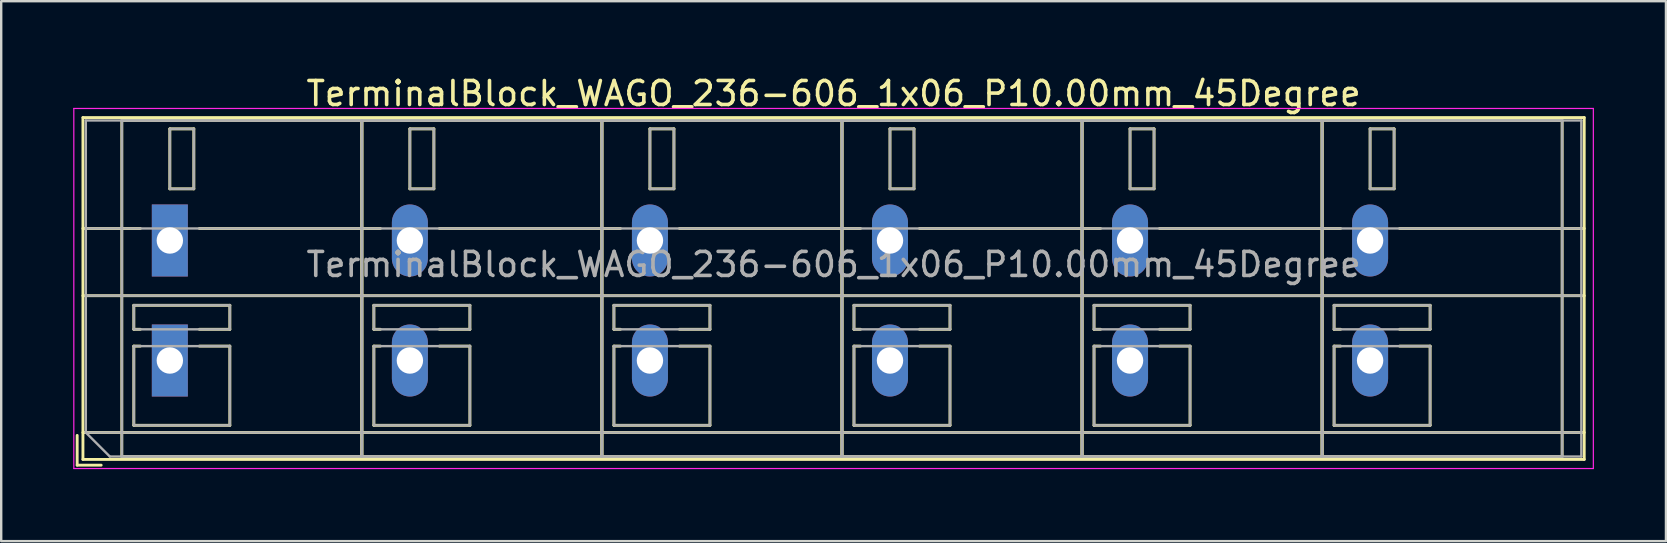
<source format=kicad_pcb>
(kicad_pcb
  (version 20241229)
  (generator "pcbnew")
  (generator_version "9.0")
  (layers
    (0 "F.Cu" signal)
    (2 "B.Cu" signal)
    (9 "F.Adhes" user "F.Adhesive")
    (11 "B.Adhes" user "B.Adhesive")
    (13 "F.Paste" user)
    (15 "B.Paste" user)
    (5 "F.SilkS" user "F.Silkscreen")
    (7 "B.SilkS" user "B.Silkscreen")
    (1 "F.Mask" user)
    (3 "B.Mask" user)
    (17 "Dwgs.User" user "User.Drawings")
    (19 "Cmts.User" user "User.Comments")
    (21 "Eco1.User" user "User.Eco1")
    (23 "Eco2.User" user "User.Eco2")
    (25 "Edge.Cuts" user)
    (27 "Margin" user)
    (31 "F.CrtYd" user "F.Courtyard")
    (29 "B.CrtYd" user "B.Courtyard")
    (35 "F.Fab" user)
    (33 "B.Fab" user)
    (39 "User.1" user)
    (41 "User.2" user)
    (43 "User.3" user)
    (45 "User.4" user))
  (footprint "TerminalBlock_WAGO_236-606_1x06_P10.00mm_45Degree"
    (layer "F.Cu")
    (at 4.025 6.968)
    (property "Reference" "TerminalBlock_WAGO_236-606_1x06_P10.00mm_45Degree" (at 27.65 -6.12 0) (layer "F.SilkS") (effects (font (size 1 1) (thickness 0.15))))
    (attr through_hole)
    (fp_line (start -3.86 8.12) (end -3.86 9.36) (stroke (width 0.12) (type solid)) (layer "F.SilkS"))
    (fp_line (start -3.86 9.36) (end -2.86 9.36) (stroke (width 0.12) (type solid)) (layer "F.SilkS"))
    (fp_line (start -3.62 -5.12) (end -3.62 9.12) (stroke (width 0.12) (type solid)) (layer "F.SilkS"))
    (fp_line (start -3.62 -5.12) (end 58.92 -5.12) (stroke (width 0.12) (type solid)) (layer "F.SilkS"))
    (fp_line (start -3.62 -0.5) (end -1.23 -0.5) (stroke (width 0.12) (type solid)) (layer "F.SilkS"))
    (fp_line (start -3.62 2.3) (end 58.92 2.3) (stroke (width 0.12) (type solid)) (layer "F.SilkS"))
    (fp_line (start -3.62 8) (end 58.92 8) (stroke (width 0.12) (type solid)) (layer "F.SilkS"))
    (fp_line (start -3.62 9.12) (end 58.92 9.12) (stroke (width 0.12) (type solid)) (layer "F.SilkS"))
    (fp_line (start -2 -5) (end -2 9) (stroke (width 0.12) (type solid)) (layer "F.SilkS"))
    (fp_line (start -2 -5) (end 8 -5) (stroke (width 0.12) (type solid)) (layer "F.SilkS"))
    (fp_line (start -2 9) (end 8 9) (stroke (width 0.12) (type solid)) (layer "F.SilkS"))
    (fp_line (start -1.5 2.7) (end -1.5 3.7) (stroke (width 0.12) (type solid)) (layer "F.SilkS"))
    (fp_line (start -1.5 2.7) (end 2.5 2.7) (stroke (width 0.12) (type solid)) (layer "F.SilkS"))
    (fp_line (start -1.5 3.7) (end -1.23 3.7) (stroke (width 0.12) (type solid)) (layer "F.SilkS"))
    (fp_line (start -1.5 4.4) (end -1.5 7.7) (stroke (width 0.12) (type solid)) (layer "F.SilkS"))
    (fp_line (start -1.5 4.4) (end -1.23 4.4) (stroke (width 0.12) (type solid)) (layer "F.SilkS"))
    (fp_line (start -1.5 7.7) (end 2.5 7.7) (stroke (width 0.12) (type solid)) (layer "F.SilkS"))
    (fp_line (start 0 -4.65) (end 0 -2.151) (stroke (width 0.12) (type solid)) (layer "F.SilkS"))
    (fp_line (start 0 -4.65) (end 1 -4.65) (stroke (width 0.12) (type solid)) (layer "F.SilkS"))
    (fp_line (start 0 -2.151) (end 1 -2.151) (stroke (width 0.12) (type solid)) (layer "F.SilkS"))
    (fp_line (start 1 -4.65) (end 1 -2.151) (stroke (width 0.12) (type solid)) (layer "F.SilkS"))
    (fp_line (start 1.23 -0.5) (end 8.77 -0.5) (stroke (width 0.12) (type solid)) (layer "F.SilkS"))
    (fp_line (start 1.23 3.7) (end 2.5 3.7) (stroke (width 0.12) (type solid)) (layer "F.SilkS"))
    (fp_line (start 1.23 4.4) (end 2.5 4.4) (stroke (width 0.12) (type solid)) (layer "F.SilkS"))
    (fp_line (start 2.5 2.7) (end 2.5 3.7) (stroke (width 0.12) (type solid)) (layer "F.SilkS"))
    (fp_line (start 2.5 4.4) (end 2.5 7.7) (stroke (width 0.12) (type solid)) (layer "F.SilkS"))
    (fp_line (start 8 -5) (end 8 9) (stroke (width 0.12) (type solid)) (layer "F.SilkS"))
    (fp_line (start 8 -5) (end 8 9) (stroke (width 0.12) (type solid)) (layer "F.SilkS"))
    (fp_line (start 8 -5) (end 18 -5) (stroke (width 0.12) (type solid)) (layer "F.SilkS"))
    (fp_line (start 8 9) (end 18 9) (stroke (width 0.12) (type solid)) (layer "F.SilkS"))
    (fp_line (start 8.5 2.7) (end 8.5 3.7) (stroke (width 0.12) (type solid)) (layer "F.SilkS"))
    (fp_line (start 8.5 2.7) (end 12.5 2.7) (stroke (width 0.12) (type solid)) (layer "F.SilkS"))
    (fp_line (start 8.5 3.7) (end 8.77 3.7) (stroke (width 0.12) (type solid)) (layer "F.SilkS"))
    (fp_line (start 8.5 4.4) (end 8.5 7.7) (stroke (width 0.12) (type solid)) (layer "F.SilkS"))
    (fp_line (start 8.5 4.4) (end 8.77 4.4) (stroke (width 0.12) (type solid)) (layer "F.SilkS"))
    (fp_line (start 8.5 7.7) (end 12.5 7.7) (stroke (width 0.12) (type solid)) (layer "F.SilkS"))
    (fp_line (start 10 -4.65) (end 10 -2.151) (stroke (width 0.12) (type solid)) (layer "F.SilkS"))
    (fp_line (start 10 -4.65) (end 11 -4.65) (stroke (width 0.12) (type solid)) (layer "F.SilkS"))
    (fp_line (start 10 -2.151) (end 11 -2.151) (stroke (width 0.12) (type solid)) (layer "F.SilkS"))
    (fp_line (start 11 -4.65) (end 11 -2.151) (stroke (width 0.12) (type solid)) (layer "F.SilkS"))
    (fp_line (start 11.23 -0.5) (end 18.77 -0.5) (stroke (width 0.12) (type solid)) (layer "F.SilkS"))
    (fp_line (start 11.23 3.7) (end 12.5 3.7) (stroke (width 0.12) (type solid)) (layer "F.SilkS"))
    (fp_line (start 11.23 4.4) (end 12.5 4.4) (stroke (width 0.12) (type solid)) (layer "F.SilkS"))
    (fp_line (start 12.5 2.7) (end 12.5 3.7) (stroke (width 0.12) (type solid)) (layer "F.SilkS"))
    (fp_line (start 12.5 4.4) (end 12.5 7.7) (stroke (width 0.12) (type solid)) (layer "F.SilkS"))
    (fp_line (start 18 -5) (end 18 9) (stroke (width 0.12) (type solid)) (layer "F.SilkS"))
    (fp_line (start 18 -5) (end 18 9) (stroke (width 0.12) (type solid)) (layer "F.SilkS"))
    (fp_line (start 18 -5) (end 28 -5) (stroke (width 0.12) (type solid)) (layer "F.SilkS"))
    (fp_line (start 18 9) (end 28 9) (stroke (width 0.12) (type solid)) (layer "F.SilkS"))
    (fp_line (start 18.5 2.7) (end 18.5 3.7) (stroke (width 0.12) (type solid)) (layer "F.SilkS"))
    (fp_line (start 18.5 2.7) (end 22.5 2.7) (stroke (width 0.12) (type solid)) (layer "F.SilkS"))
    (fp_line (start 18.5 3.7) (end 18.77 3.7) (stroke (width 0.12) (type solid)) (layer "F.SilkS"))
    (fp_line (start 18.5 4.4) (end 18.5 7.7) (stroke (width 0.12) (type solid)) (layer "F.SilkS"))
    (fp_line (start 18.5 4.4) (end 18.77 4.4) (stroke (width 0.12) (type solid)) (layer "F.SilkS"))
    (fp_line (start 18.5 7.7) (end 22.5 7.7) (stroke (width 0.12) (type solid)) (layer "F.SilkS"))
    (fp_line (start 20 -4.65) (end 20 -2.151) (stroke (width 0.12) (type solid)) (layer "F.SilkS"))
    (fp_line (start 20 -4.65) (end 21 -4.65) (stroke (width 0.12) (type solid)) (layer "F.SilkS"))
    (fp_line (start 20 -2.151) (end 21 -2.151) (stroke (width 0.12) (type solid)) (layer "F.SilkS"))
    (fp_line (start 21 -4.65) (end 21 -2.151) (stroke (width 0.12) (type solid)) (layer "F.SilkS"))
    (fp_line (start 21.23 -0.5) (end 28.77 -0.5) (stroke (width 0.12) (type solid)) (layer "F.SilkS"))
    (fp_line (start 21.23 3.7) (end 22.5 3.7) (stroke (width 0.12) (type solid)) (layer "F.SilkS"))
    (fp_line (start 21.23 4.4) (end 22.5 4.4) (stroke (width 0.12) (type solid)) (layer "F.SilkS"))
    (fp_line (start 22.5 2.7) (end 22.5 3.7) (stroke (width 0.12) (type solid)) (layer "F.SilkS"))
    (fp_line (start 22.5 4.4) (end 22.5 7.7) (stroke (width 0.12) (type solid)) (layer "F.SilkS"))
    (fp_line (start 28 -5) (end 28 9) (stroke (width 0.12) (type solid)) (layer "F.SilkS"))
    (fp_line (start 28 -5) (end 28 9) (stroke (width 0.12) (type solid)) (layer "F.SilkS"))
    (fp_line (start 28 -5) (end 38 -5) (stroke (width 0.12) (type solid)) (layer "F.SilkS"))
    (fp_line (start 28 9) (end 38 9) (stroke (width 0.12) (type solid)) (layer "F.SilkS"))
    (fp_line (start 28.5 2.7) (end 28.5 3.7) (stroke (width 0.12) (type solid)) (layer "F.SilkS"))
    (fp_line (start 28.5 2.7) (end 32.5 2.7) (stroke (width 0.12) (type solid)) (layer "F.SilkS"))
    (fp_line (start 28.5 3.7) (end 28.77 3.7) (stroke (width 0.12) (type solid)) (layer "F.SilkS"))
    (fp_line (start 28.5 4.4) (end 28.5 7.7) (stroke (width 0.12) (type solid)) (layer "F.SilkS"))
    (fp_line (start 28.5 4.4) (end 28.77 4.4) (stroke (width 0.12) (type solid)) (layer "F.SilkS"))
    (fp_line (start 28.5 7.7) (end 32.5 7.7) (stroke (width 0.12) (type solid)) (layer "F.SilkS"))
    (fp_line (start 30 -4.65) (end 30 -2.151) (stroke (width 0.12) (type solid)) (layer "F.SilkS"))
    (fp_line (start 30 -4.65) (end 31 -4.65) (stroke (width 0.12) (type solid)) (layer "F.SilkS"))
    (fp_line (start 30 -2.151) (end 31 -2.151) (stroke (width 0.12) (type solid)) (layer "F.SilkS"))
    (fp_line (start 31 -4.65) (end 31 -2.151) (stroke (width 0.12) (type solid)) (layer "F.SilkS"))
    (fp_line (start 31.23 -0.5) (end 38.77 -0.5) (stroke (width 0.12) (type solid)) (layer "F.SilkS"))
    (fp_line (start 31.23 3.7) (end 32.5 3.7) (stroke (width 0.12) (type solid)) (layer "F.SilkS"))
    (fp_line (start 31.23 4.4) (end 32.5 4.4) (stroke (width 0.12) (type solid)) (layer "F.SilkS"))
    (fp_line (start 32.5 2.7) (end 32.5 3.7) (stroke (width 0.12) (type solid)) (layer "F.SilkS"))
    (fp_line (start 32.5 4.4) (end 32.5 7.7) (stroke (width 0.12) (type solid)) (layer "F.SilkS"))
    (fp_line (start 38 -5) (end 38 9) (stroke (width 0.12) (type solid)) (layer "F.SilkS"))
    (fp_line (start 38 -5) (end 38 9) (stroke (width 0.12) (type solid)) (layer "F.SilkS"))
    (fp_line (start 38 -5) (end 48 -5) (stroke (width 0.12) (type solid)) (layer "F.SilkS"))
    (fp_line (start 38 9) (end 48 9) (stroke (width 0.12) (type solid)) (layer "F.SilkS"))
    (fp_line (start 38.5 2.7) (end 38.5 3.7) (stroke (width 0.12) (type solid)) (layer "F.SilkS"))
    (fp_line (start 38.5 2.7) (end 42.5 2.7) (stroke (width 0.12) (type solid)) (layer "F.SilkS"))
    (fp_line (start 38.5 3.7) (end 38.77 3.7) (stroke (width 0.12) (type solid)) (layer "F.SilkS"))
    (fp_line (start 38.5 4.4) (end 38.5 7.7) (stroke (width 0.12) (type solid)) (layer "F.SilkS"))
    (fp_line (start 38.5 4.4) (end 38.77 4.4) (stroke (width 0.12) (type solid)) (layer "F.SilkS"))
    (fp_line (start 38.5 7.7) (end 42.5 7.7) (stroke (width 0.12) (type solid)) (layer "F.SilkS"))
    (fp_line (start 40 -4.65) (end 40 -2.151) (stroke (width 0.12) (type solid)) (layer "F.SilkS"))
    (fp_line (start 40 -4.65) (end 41 -4.65) (stroke (width 0.12) (type solid)) (layer "F.SilkS"))
    (fp_line (start 40 -2.151) (end 41 -2.151) (stroke (width 0.12) (type solid)) (layer "F.SilkS"))
    (fp_line (start 41 -4.65) (end 41 -2.151) (stroke (width 0.12) (type solid)) (layer "F.SilkS"))
    (fp_line (start 41.23 -0.5) (end 48.77 -0.5) (stroke (width 0.12) (type solid)) (layer "F.SilkS"))
    (fp_line (start 41.23 3.7) (end 42.5 3.7) (stroke (width 0.12) (type solid)) (layer "F.SilkS"))
    (fp_line (start 41.23 4.4) (end 42.5 4.4) (stroke (width 0.12) (type solid)) (layer "F.SilkS"))
    (fp_line (start 42.5 2.7) (end 42.5 3.7) (stroke (width 0.12) (type solid)) (layer "F.SilkS"))
    (fp_line (start 42.5 4.4) (end 42.5 7.7) (stroke (width 0.12) (type solid)) (layer "F.SilkS"))
    (fp_line (start 48 -5) (end 48 9) (stroke (width 0.12) (type solid)) (layer "F.SilkS"))
    (fp_line (start 48 -5) (end 48 9) (stroke (width 0.12) (type solid)) (layer "F.SilkS"))
    (fp_line (start 48 -5) (end 58 -5) (stroke (width 0.12) (type solid)) (layer "F.SilkS"))
    (fp_line (start 48 9) (end 58 9) (stroke (width 0.12) (type solid)) (layer "F.SilkS"))
    (fp_line (start 48.5 2.7) (end 48.5 3.7) (stroke (width 0.12) (type solid)) (layer "F.SilkS"))
    (fp_line (start 48.5 2.7) (end 52.5 2.7) (stroke (width 0.12) (type solid)) (layer "F.SilkS"))
    (fp_line (start 48.5 3.7) (end 48.77 3.7) (stroke (width 0.12) (type solid)) (layer "F.SilkS"))
    (fp_line (start 48.5 4.4) (end 48.5 7.7) (stroke (width 0.12) (type solid)) (layer "F.SilkS"))
    (fp_line (start 48.5 4.4) (end 48.77 4.4) (stroke (width 0.12) (type solid)) (layer "F.SilkS"))
    (fp_line (start 48.5 7.7) (end 52.5 7.7) (stroke (width 0.12) (type solid)) (layer "F.SilkS"))
    (fp_line (start 50 -4.65) (end 50 -2.151) (stroke (width 0.12) (type solid)) (layer "F.SilkS"))
    (fp_line (start 50 -4.65) (end 51 -4.65) (stroke (width 0.12) (type solid)) (layer "F.SilkS"))
    (fp_line (start 50 -2.151) (end 51 -2.151) (stroke (width 0.12) (type solid)) (layer "F.SilkS"))
    (fp_line (start 51 -4.65) (end 51 -2.151) (stroke (width 0.12) (type solid)) (layer "F.SilkS"))
    (fp_line (start 51.23 -0.5) (end 58.92 -0.5) (stroke (width 0.12) (type solid)) (layer "F.SilkS"))
    (fp_line (start 51.23 3.7) (end 52.5 3.7) (stroke (width 0.12) (type solid)) (layer "F.SilkS"))
    (fp_line (start 51.23 4.4) (end 52.5 4.4) (stroke (width 0.12) (type solid)) (layer "F.SilkS"))
    (fp_line (start 52.5 2.7) (end 52.5 3.7) (stroke (width 0.12) (type solid)) (layer "F.SilkS"))
    (fp_line (start 52.5 4.4) (end 52.5 7.7) (stroke (width 0.12) (type solid)) (layer "F.SilkS"))
    (fp_line (start 58 -5) (end 58 9) (stroke (width 0.12) (type solid)) (layer "F.SilkS"))
    (fp_line (start 58.92 -5.12) (end 58.92 9.12) (stroke (width 0.12) (type solid)) (layer "F.SilkS"))
    (fp_line (start -4 -5.5) (end -4 9.5) (stroke (width 0.05) (type solid)) (layer "F.CrtYd"))
    (fp_line (start -4 9.5) (end 59.3 9.5) (stroke (width 0.05) (type solid)) (layer "F.CrtYd"))
    (fp_line (start 59.3 -5.5) (end -4 -5.5) (stroke (width 0.05) (type solid)) (layer "F.CrtYd"))
    (fp_line (start 59.3 9.5) (end 59.3 -5.5) (stroke (width 0.05) (type solid)) (layer "F.CrtYd"))
    (fp_line (start -3.5 -5) (end 58.8 -5) (stroke (width 0.1) (type solid)) (layer "F.Fab"))
    (fp_line (start -3.5 -0.5) (end 58.8 -0.5) (stroke (width 0.1) (type solid)) (layer "F.Fab"))
    (fp_line (start -3.5 2.3) (end 58.8 2.3) (stroke (width 0.1) (type solid)) (layer "F.Fab"))
    (fp_line (start -3.5 8) (end -3.5 -5) (stroke (width 0.1) (type solid)) (layer "F.Fab"))
    (fp_line (start -3.5 8) (end 58.8 8) (stroke (width 0.1) (type solid)) (layer "F.Fab"))
    (fp_line (start -2.5 9) (end -3.5 8) (stroke (width 0.1) (type solid)) (layer "F.Fab"))
    (fp_line (start -2 -5) (end -2 9) (stroke (width 0.1) (type solid)) (layer "F.Fab"))
    (fp_line (start -2 9) (end 8 9) (stroke (width 0.1) (type solid)) (layer "F.Fab"))
    (fp_line (start -1.5 2.7) (end -1.5 3.7) (stroke (width 0.1) (type solid)) (layer "F.Fab"))
    (fp_line (start -1.5 3.7) (end 2.5 3.7) (stroke (width 0.1) (type solid)) (layer "F.Fab"))
    (fp_line (start -1.5 4.4) (end -1.5 7.7) (stroke (width 0.1) (type solid)) (layer "F.Fab"))
    (fp_line (start -1.5 7.7) (end 2.5 7.7) (stroke (width 0.1) (type solid)) (layer "F.Fab"))
    (fp_line (start 0 -4.65) (end 0 -2.15) (stroke (width 0.1) (type solid)) (layer "F.Fab"))
    (fp_line (start 0 -2.15) (end 1 -2.15) (stroke (width 0.1) (type solid)) (layer "F.Fab"))
    (fp_line (start 1 -4.65) (end 0 -4.65) (stroke (width 0.1) (type solid)) (layer "F.Fab"))
    (fp_line (start 1 -2.15) (end 1 -4.65) (stroke (width 0.1) (type solid)) (layer "F.Fab"))
    (fp_line (start 2.5 2.7) (end -1.5 2.7) (stroke (width 0.1) (type solid)) (layer "F.Fab"))
    (fp_line (start 2.5 3.7) (end 2.5 2.7) (stroke (width 0.1) (type solid)) (layer "F.Fab"))
    (fp_line (start 2.5 4.4) (end -1.5 4.4) (stroke (width 0.1) (type solid)) (layer "F.Fab"))
    (fp_line (start 2.5 7.7) (end 2.5 4.4) (stroke (width 0.1) (type solid)) (layer "F.Fab"))
    (fp_line (start 8 -5) (end -2 -5) (stroke (width 0.1) (type solid)) (layer "F.Fab"))
    (fp_line (start 8 -5) (end 8 9) (stroke (width 0.1) (type solid)) (layer "F.Fab"))
    (fp_line (start 8 9) (end 8 -5) (stroke (width 0.1) (type solid)) (layer "F.Fab"))
    (fp_line (start 8 9) (end 18 9) (stroke (width 0.1) (type solid)) (layer "F.Fab"))
    (fp_line (start 8.5 2.7) (end 8.5 3.7) (stroke (width 0.1) (type solid)) (layer "F.Fab"))
    (fp_line (start 8.5 3.7) (end 12.5 3.7) (stroke (width 0.1) (type solid)) (layer "F.Fab"))
    (fp_line (start 8.5 4.4) (end 8.5 7.7) (stroke (width 0.1) (type solid)) (layer "F.Fab"))
    (fp_line (start 8.5 7.7) (end 12.5 7.7) (stroke (width 0.1) (type solid)) (layer "F.Fab"))
    (fp_line (start 10 -4.65) (end 10 -2.15) (stroke (width 0.1) (type solid)) (layer "F.Fab"))
    (fp_line (start 10 -2.15) (end 11 -2.15) (stroke (width 0.1) (type solid)) (layer "F.Fab"))
    (fp_line (start 11 -4.65) (end 10 -4.65) (stroke (width 0.1) (type solid)) (layer "F.Fab"))
    (fp_line (start 11 -2.15) (end 11 -4.65) (stroke (width 0.1) (type solid)) (layer "F.Fab"))
    (fp_line (start 12.5 2.7) (end 8.5 2.7) (stroke (width 0.1) (type solid)) (layer "F.Fab"))
    (fp_line (start 12.5 3.7) (end 12.5 2.7) (stroke (width 0.1) (type solid)) (layer "F.Fab"))
    (fp_line (start 12.5 4.4) (end 8.5 4.4) (stroke (width 0.1) (type solid)) (layer "F.Fab"))
    (fp_line (start 12.5 7.7) (end 12.5 4.4) (stroke (width 0.1) (type solid)) (layer "F.Fab"))
    (fp_line (start 18 -5) (end 8 -5) (stroke (width 0.1) (type solid)) (layer "F.Fab"))
    (fp_line (start 18 -5) (end 18 9) (stroke (width 0.1) (type solid)) (layer "F.Fab"))
    (fp_line (start 18 9) (end 18 -5) (stroke (width 0.1) (type solid)) (layer "F.Fab"))
    (fp_line (start 18 9) (end 28 9) (stroke (width 0.1) (type solid)) (layer "F.Fab"))
    (fp_line (start 18.5 2.7) (end 18.5 3.7) (stroke (width 0.1) (type solid)) (layer "F.Fab"))
    (fp_line (start 18.5 3.7) (end 22.5 3.7) (stroke (width 0.1) (type solid)) (layer "F.Fab"))
    (fp_line (start 18.5 4.4) (end 18.5 7.7) (stroke (width 0.1) (type solid)) (layer "F.Fab"))
    (fp_line (start 18.5 7.7) (end 22.5 7.7) (stroke (width 0.1) (type solid)) (layer "F.Fab"))
    (fp_line (start 20 -4.65) (end 20 -2.15) (stroke (width 0.1) (type solid)) (layer "F.Fab"))
    (fp_line (start 20 -2.15) (end 21 -2.15) (stroke (width 0.1) (type solid)) (layer "F.Fab"))
    (fp_line (start 21 -4.65) (end 20 -4.65) (stroke (width 0.1) (type solid)) (layer "F.Fab"))
    (fp_line (start 21 -2.15) (end 21 -4.65) (stroke (width 0.1) (type solid)) (layer "F.Fab"))
    (fp_line (start 22.5 2.7) (end 18.5 2.7) (stroke (width 0.1) (type solid)) (layer "F.Fab"))
    (fp_line (start 22.5 3.7) (end 22.5 2.7) (stroke (width 0.1) (type solid)) (layer "F.Fab"))
    (fp_line (start 22.5 4.4) (end 18.5 4.4) (stroke (width 0.1) (type solid)) (layer "F.Fab"))
    (fp_line (start 22.5 7.7) (end 22.5 4.4) (stroke (width 0.1) (type solid)) (layer "F.Fab"))
    (fp_line (start 28 -5) (end 18 -5) (stroke (width 0.1) (type solid)) (layer "F.Fab"))
    (fp_line (start 28 -5) (end 28 9) (stroke (width 0.1) (type solid)) (layer "F.Fab"))
    (fp_line (start 28 9) (end 28 -5) (stroke (width 0.1) (type solid)) (layer "F.Fab"))
    (fp_line (start 28 9) (end 38 9) (stroke (width 0.1) (type solid)) (layer "F.Fab"))
    (fp_line (start 28.5 2.7) (end 28.5 3.7) (stroke (width 0.1) (type solid)) (layer "F.Fab"))
    (fp_line (start 28.5 3.7) (end 32.5 3.7) (stroke (width 0.1) (type solid)) (layer "F.Fab"))
    (fp_line (start 28.5 4.4) (end 28.5 7.7) (stroke (width 0.1) (type solid)) (layer "F.Fab"))
    (fp_line (start 28.5 7.7) (end 32.5 7.7) (stroke (width 0.1) (type solid)) (layer "F.Fab"))
    (fp_line (start 30 -4.65) (end 30 -2.15) (stroke (width 0.1) (type solid)) (layer "F.Fab"))
    (fp_line (start 30 -2.15) (end 31 -2.15) (stroke (width 0.1) (type solid)) (layer "F.Fab"))
    (fp_line (start 31 -4.65) (end 30 -4.65) (stroke (width 0.1) (type solid)) (layer "F.Fab"))
    (fp_line (start 31 -2.15) (end 31 -4.65) (stroke (width 0.1) (type solid)) (layer "F.Fab"))
    (fp_line (start 32.5 2.7) (end 28.5 2.7) (stroke (width 0.1) (type solid)) (layer "F.Fab"))
    (fp_line (start 32.5 3.7) (end 32.5 2.7) (stroke (width 0.1) (type solid)) (layer "F.Fab"))
    (fp_line (start 32.5 4.4) (end 28.5 4.4) (stroke (width 0.1) (type solid)) (layer "F.Fab"))
    (fp_line (start 32.5 7.7) (end 32.5 4.4) (stroke (width 0.1) (type solid)) (layer "F.Fab"))
    (fp_line (start 38 -5) (end 28 -5) (stroke (width 0.1) (type solid)) (layer "F.Fab"))
    (fp_line (start 38 -5) (end 38 9) (stroke (width 0.1) (type solid)) (layer "F.Fab"))
    (fp_line (start 38 9) (end 38 -5) (stroke (width 0.1) (type solid)) (layer "F.Fab"))
    (fp_line (start 38 9) (end 48 9) (stroke (width 0.1) (type solid)) (layer "F.Fab"))
    (fp_line (start 38.5 2.7) (end 38.5 3.7) (stroke (width 0.1) (type solid)) (layer "F.Fab"))
    (fp_line (start 38.5 3.7) (end 42.5 3.7) (stroke (width 0.1) (type solid)) (layer "F.Fab"))
    (fp_line (start 38.5 4.4) (end 38.5 7.7) (stroke (width 0.1) (type solid)) (layer "F.Fab"))
    (fp_line (start 38.5 7.7) (end 42.5 7.7) (stroke (width 0.1) (type solid)) (layer "F.Fab"))
    (fp_line (start 40 -4.65) (end 40 -2.15) (stroke (width 0.1) (type solid)) (layer "F.Fab"))
    (fp_line (start 40 -2.15) (end 41 -2.15) (stroke (width 0.1) (type solid)) (layer "F.Fab"))
    (fp_line (start 41 -4.65) (end 40 -4.65) (stroke (width 0.1) (type solid)) (layer "F.Fab"))
    (fp_line (start 41 -2.15) (end 41 -4.65) (stroke (width 0.1) (type solid)) (layer "F.Fab"))
    (fp_line (start 42.5 2.7) (end 38.5 2.7) (stroke (width 0.1) (type solid)) (layer "F.Fab"))
    (fp_line (start 42.5 3.7) (end 42.5 2.7) (stroke (width 0.1) (type solid)) (layer "F.Fab"))
    (fp_line (start 42.5 4.4) (end 38.5 4.4) (stroke (width 0.1) (type solid)) (layer "F.Fab"))
    (fp_line (start 42.5 7.7) (end 42.5 4.4) (stroke (width 0.1) (type solid)) (layer "F.Fab"))
    (fp_line (start 48 -5) (end 38 -5) (stroke (width 0.1) (type solid)) (layer "F.Fab"))
    (fp_line (start 48 -5) (end 48 9) (stroke (width 0.1) (type solid)) (layer "F.Fab"))
    (fp_line (start 48 9) (end 48 -5) (stroke (width 0.1) (type solid)) (layer "F.Fab"))
    (fp_line (start 48 9) (end 58 9) (stroke (width 0.1) (type solid)) (layer "F.Fab"))
    (fp_line (start 48.5 2.7) (end 48.5 3.7) (stroke (width 0.1) (type solid)) (layer "F.Fab"))
    (fp_line (start 48.5 3.7) (end 52.5 3.7) (stroke (width 0.1) (type solid)) (layer "F.Fab"))
    (fp_line (start 48.5 4.4) (end 48.5 7.7) (stroke (width 0.1) (type solid)) (layer "F.Fab"))
    (fp_line (start 48.5 7.7) (end 52.5 7.7) (stroke (width 0.1) (type solid)) (layer "F.Fab"))
    (fp_line (start 50 -4.65) (end 50 -2.15) (stroke (width 0.1) (type solid)) (layer "F.Fab"))
    (fp_line (start 50 -2.15) (end 51 -2.15) (stroke (width 0.1) (type solid)) (layer "F.Fab"))
    (fp_line (start 51 -4.65) (end 50 -4.65) (stroke (width 0.1) (type solid)) (layer "F.Fab"))
    (fp_line (start 51 -2.15) (end 51 -4.65) (stroke (width 0.1) (type solid)) (layer "F.Fab"))
    (fp_line (start 52.5 2.7) (end 48.5 2.7) (stroke (width 0.1) (type solid)) (layer "F.Fab"))
    (fp_line (start 52.5 3.7) (end 52.5 2.7) (stroke (width 0.1) (type solid)) (layer "F.Fab"))
    (fp_line (start 52.5 4.4) (end 48.5 4.4) (stroke (width 0.1) (type solid)) (layer "F.Fab"))
    (fp_line (start 52.5 7.7) (end 52.5 4.4) (stroke (width 0.1) (type solid)) (layer "F.Fab"))
    (fp_line (start 58 -5) (end 48 -5) (stroke (width 0.1) (type solid)) (layer "F.Fab"))
    (fp_line (start 58 9) (end 58 -5) (stroke (width 0.1) (type solid)) (layer "F.Fab"))
    (fp_line (start 58.8 -5) (end 58.8 9) (stroke (width 0.1) (type solid)) (layer "F.Fab"))
    (fp_line (start 58.8 9) (end -2.5 9) (stroke (width 0.1) (type solid)) (layer "F.Fab"))
    (fp_text user "${REFERENCE}" (at 27.65 1 0) (layer "F.Fab") (effects (font (size 1 1) (thickness 0.15))))
    (pad "1" thru_hole rect (at 0 0) (size 1.5 3) (drill 1.1) (layers "*.Cu" "*.Mask"))
    (pad "1" thru_hole rect (at 0 5) (size 1.5 3) (drill 1.1) (layers "*.Cu" "*.Mask"))
    (pad "2" thru_hole oval (at 10 0) (size 1.5 3) (drill 1.1) (layers "*.Cu" "*.Mask"))
    (pad "2" thru_hole oval (at 10 5) (size 1.5 3) (drill 1.1) (layers "*.Cu" "*.Mask"))
    (pad "3" thru_hole oval (at 20 0) (size 1.5 3) (drill 1.1) (layers "*.Cu" "*.Mask"))
    (pad "3" thru_hole oval (at 20 5) (size 1.5 3) (drill 1.1) (layers "*.Cu" "*.Mask"))
    (pad "4" thru_hole oval (at 30 0) (size 1.5 3) (drill 1.1) (layers "*.Cu" "*.Mask"))
    (pad "4" thru_hole oval (at 30 5) (size 1.5 3) (drill 1.1) (layers "*.Cu" "*.Mask"))
    (pad "5" thru_hole oval (at 40 0) (size 1.5 3) (drill 1.1) (layers "*.Cu" "*.Mask"))
    (pad "5" thru_hole oval (at 40 5) (size 1.5 3) (drill 1.1) (layers "*.Cu" "*.Mask"))
    (pad "6" thru_hole oval (at 50 0) (size 1.5 3) (drill 1.1) (layers "*.Cu" "*.Mask"))
    (pad "6" thru_hole oval (at 50 5) (size 1.5 3) (drill 1.1) (layers "*.Cu" "*.Mask")))
  (gr_rect
    (start -3 -3)
    (end 66.35 19.493)
    (stroke (width 0.1) (type default))
    (fill no)
    (layer "Edge.Cuts")))
</source>
